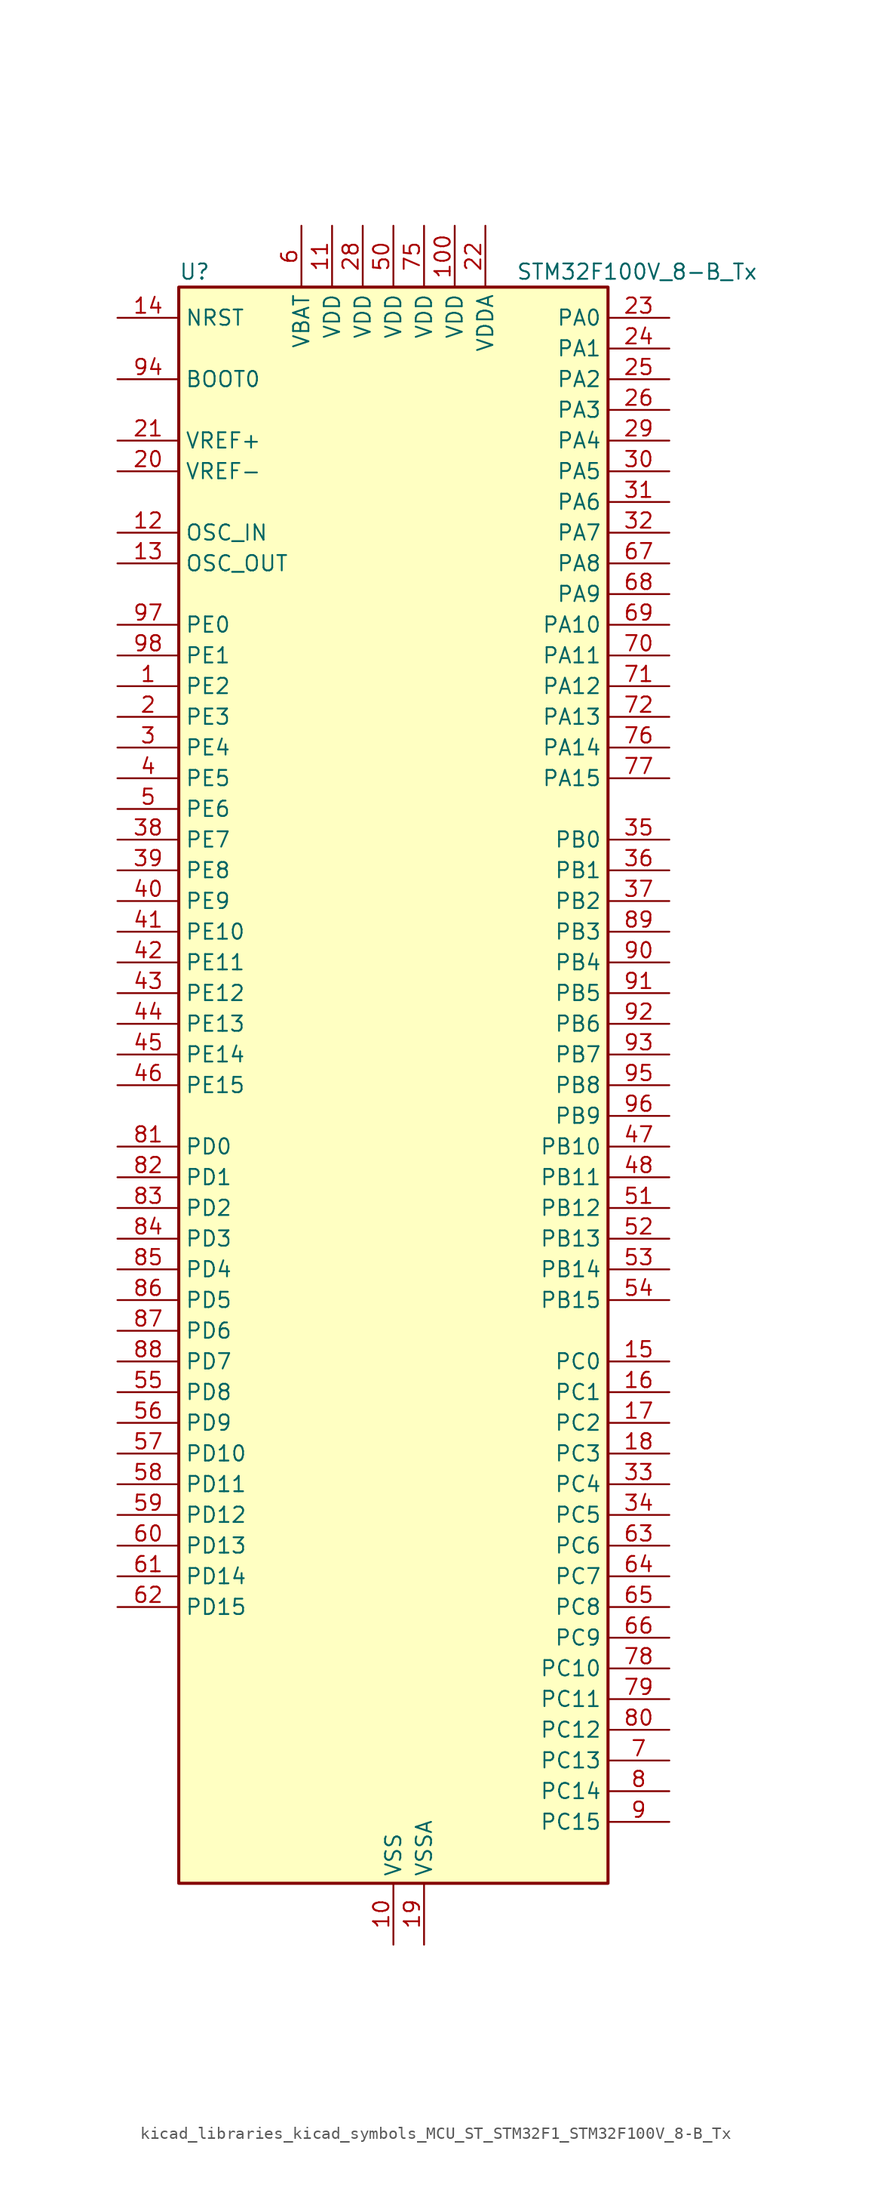
<source format=kicad_sym>
(kicad_symbol_lib
  (version 20220914)
  (generator kicad_symbol_editor)
  (symbol "kicad_libraries_kicad_symbols_MCU_ST_STM32F1_STM32F100V_8-B_Tx"
    (property "Reference" "U"
      (at -17.78 67.31 0)
      (effects (font (size 1.27 1.27)) (justify left)))
    (property "Value" "STM32F100V_8-B_Tx"
      (at 10.16 67.31 0)
      (effects (font (size 1.27 1.27)) (justify left)))
    (property "ki_locked" ""
      (at 0 0 0)
      (effects (font (size 1.27 1.27))))
    (symbol "kicad_libraries_kicad_symbols_MCU_ST_STM32F1_STM32F100V_8-B_Tx_0_1"
      (rectangle (start -17.78 -66.04) (end 17.78 66.04) (stroke (width 0.254) (type default)) (fill (type background))))
    (symbol "kicad_libraries_kicad_symbols_MCU_ST_STM32F1_STM32F100V_8-B_Tx_1_1"
      (pin bidirectional line (at -22.86 33.02 0) (length 5.08) (name "PE2" (effects (font (size 1.27 1.27)))) (number "1" (effects (font (size 1.27 1.27)))) (alternate "SYS_TRACECLK" bidirectional line))
      (pin power_in line (at 0 -71.12 90) (length 5.08) (name "VSS" (effects (font (size 1.27 1.27)))) (number "10" (effects (font (size 1.27 1.27)))))
      (pin power_in line (at 5.08 71.12 270) (length 5.08) (name "VDD" (effects (font (size 1.27 1.27)))) (number "100" (effects (font (size 1.27 1.27)))))
      (pin power_in line (at -5.08 71.12 270) (length 5.08) (name "VDD" (effects (font (size 1.27 1.27)))) (number "11" (effects (font (size 1.27 1.27)))))
      (pin input line (at -22.86 45.72 0) (length 5.08) (name "OSC_IN" (effects (font (size 1.27 1.27)))) (number "12" (effects (font (size 1.27 1.27)))) (alternate "RCC_OSC_IN" bidirectional line))
      (pin input line (at -22.86 43.18 0) (length 5.08) (name "OSC_OUT" (effects (font (size 1.27 1.27)))) (number "13" (effects (font (size 1.27 1.27)))) (alternate "RCC_OSC_OUT" bidirectional line))
      (pin input line (at -22.86 63.5 0) (length 5.08) (name "NRST" (effects (font (size 1.27 1.27)))) (number "14" (effects (font (size 1.27 1.27)))))
      (pin bidirectional line (at 22.86 -22.86 180) (length 5.08) (name "PC0" (effects (font (size 1.27 1.27)))) (number "15" (effects (font (size 1.27 1.27)))) (alternate "ADC1_IN10" bidirectional line))
      (pin bidirectional line (at 22.86 -25.4 180) (length 5.08) (name "PC1" (effects (font (size 1.27 1.27)))) (number "16" (effects (font (size 1.27 1.27)))) (alternate "ADC1_IN11" bidirectional line))
      (pin bidirectional line (at 22.86 -27.94 180) (length 5.08) (name "PC2" (effects (font (size 1.27 1.27)))) (number "17" (effects (font (size 1.27 1.27)))) (alternate "ADC1_IN12" bidirectional line))
      (pin bidirectional line (at 22.86 -30.48 180) (length 5.08) (name "PC3" (effects (font (size 1.27 1.27)))) (number "18" (effects (font (size 1.27 1.27)))) (alternate "ADC1_IN13" bidirectional line))
      (pin power_in line (at 2.54 -71.12 90) (length 5.08) (name "VSSA" (effects (font (size 1.27 1.27)))) (number "19" (effects (font (size 1.27 1.27)))))
      (pin bidirectional line (at -22.86 30.48 0) (length 5.08) (name "PE3" (effects (font (size 1.27 1.27)))) (number "2" (effects (font (size 1.27 1.27)))) (alternate "SYS_TRACED0" bidirectional line))
      (pin input line (at -22.86 50.8 0) (length 5.08) (name "VREF-" (effects (font (size 1.27 1.27)))) (number "20" (effects (font (size 1.27 1.27)))))
      (pin input line (at -22.86 53.34 0) (length 5.08) (name "VREF+" (effects (font (size 1.27 1.27)))) (number "21" (effects (font (size 1.27 1.27)))))
      (pin power_in line (at 7.62 71.12 270) (length 5.08) (name "VDDA" (effects (font (size 1.27 1.27)))) (number "22" (effects (font (size 1.27 1.27)))))
      (pin bidirectional line (at 22.86 63.5 180) (length 5.08) (name "PA0" (effects (font (size 1.27 1.27)))) (number "23" (effects (font (size 1.27 1.27)))) (alternate "ADC1_IN0" bidirectional line) (alternate "SYS_WKUP" bidirectional line) (alternate "TIM2_CH1" bidirectional line) (alternate "TIM2_ETR" bidirectional line) (alternate "USART2_CTS" bidirectional line))
      (pin bidirectional line (at 22.86 60.96 180) (length 5.08) (name "PA1" (effects (font (size 1.27 1.27)))) (number "24" (effects (font (size 1.27 1.27)))) (alternate "ADC1_IN1" bidirectional line) (alternate "TIM2_CH2" bidirectional line) (alternate "USART2_RTS" bidirectional line))
      (pin bidirectional line (at 22.86 58.42 180) (length 5.08) (name "PA2" (effects (font (size 1.27 1.27)))) (number "25" (effects (font (size 1.27 1.27)))) (alternate "ADC1_IN2" bidirectional line) (alternate "TIM15_CH1" bidirectional line) (alternate "TIM2_CH3" bidirectional line) (alternate "USART2_TX" bidirectional line))
      (pin bidirectional line (at 22.86 55.88 180) (length 5.08) (name "PA3" (effects (font (size 1.27 1.27)))) (number "26" (effects (font (size 1.27 1.27)))) (alternate "ADC1_IN3" bidirectional line) (alternate "TIM15_CH2" bidirectional line) (alternate "TIM2_CH4" bidirectional line) (alternate "USART2_RX" bidirectional line))
      (pin passive line (at 0 -71.12 90) (length 5.08) hide (name "VSS" (effects (font (size 1.27 1.27)))) (number "27" (effects (font (size 1.27 1.27)))))
      (pin power_in line (at -2.54 71.12 270) (length 5.08) (name "VDD" (effects (font (size 1.27 1.27)))) (number "28" (effects (font (size 1.27 1.27)))))
      (pin bidirectional line (at 22.86 53.34 180) (length 5.08) (name "PA4" (effects (font (size 1.27 1.27)))) (number "29" (effects (font (size 1.27 1.27)))) (alternate "ADC1_IN4" bidirectional line) (alternate "DAC_OUT1" bidirectional line) (alternate "SPI1_NSS" bidirectional line) (alternate "USART2_CK" bidirectional line))
      (pin bidirectional line (at -22.86 27.94 0) (length 5.08) (name "PE4" (effects (font (size 1.27 1.27)))) (number "3" (effects (font (size 1.27 1.27)))) (alternate "SYS_TRACED1" bidirectional line))
      (pin bidirectional line (at 22.86 50.8 180) (length 5.08) (name "PA5" (effects (font (size 1.27 1.27)))) (number "30" (effects (font (size 1.27 1.27)))) (alternate "ADC1_IN5" bidirectional line) (alternate "DAC_OUT2" bidirectional line) (alternate "SPI1_SCK" bidirectional line))
      (pin bidirectional line (at 22.86 48.26 180) (length 5.08) (name "PA6" (effects (font (size 1.27 1.27)))) (number "31" (effects (font (size 1.27 1.27)))) (alternate "ADC1_IN6" bidirectional line) (alternate "SPI1_MISO" bidirectional line) (alternate "TIM16_CH1" bidirectional line) (alternate "TIM1_BKIN" bidirectional line) (alternate "TIM3_CH1" bidirectional line))
      (pin bidirectional line (at 22.86 45.72 180) (length 5.08) (name "PA7" (effects (font (size 1.27 1.27)))) (number "32" (effects (font (size 1.27 1.27)))) (alternate "ADC1_IN7" bidirectional line) (alternate "SPI1_MOSI" bidirectional line) (alternate "TIM17_CH1" bidirectional line) (alternate "TIM1_CH1N" bidirectional line) (alternate "TIM3_CH2" bidirectional line))
      (pin bidirectional line (at 22.86 -33.02 180) (length 5.08) (name "PC4" (effects (font (size 1.27 1.27)))) (number "33" (effects (font (size 1.27 1.27)))) (alternate "ADC1_IN14" bidirectional line))
      (pin bidirectional line (at 22.86 -35.56 180) (length 5.08) (name "PC5" (effects (font (size 1.27 1.27)))) (number "34" (effects (font (size 1.27 1.27)))) (alternate "ADC1_IN15" bidirectional line))
      (pin bidirectional line (at 22.86 20.32 180) (length 5.08) (name "PB0" (effects (font (size 1.27 1.27)))) (number "35" (effects (font (size 1.27 1.27)))) (alternate "ADC1_IN8" bidirectional line) (alternate "TIM1_CH2N" bidirectional line) (alternate "TIM3_CH3" bidirectional line))
      (pin bidirectional line (at 22.86 17.78 180) (length 5.08) (name "PB1" (effects (font (size 1.27 1.27)))) (number "36" (effects (font (size 1.27 1.27)))) (alternate "ADC1_IN9" bidirectional line) (alternate "TIM1_CH3N" bidirectional line) (alternate "TIM3_CH4" bidirectional line))
      (pin bidirectional line (at 22.86 15.24 180) (length 5.08) (name "PB2" (effects (font (size 1.27 1.27)))) (number "37" (effects (font (size 1.27 1.27)))))
      (pin bidirectional line (at -22.86 20.32 0) (length 5.08) (name "PE7" (effects (font (size 1.27 1.27)))) (number "38" (effects (font (size 1.27 1.27)))) (alternate "TIM1_ETR" bidirectional line))
      (pin bidirectional line (at -22.86 17.78 0) (length 5.08) (name "PE8" (effects (font (size 1.27 1.27)))) (number "39" (effects (font (size 1.27 1.27)))) (alternate "TIM1_CH1N" bidirectional line))
      (pin bidirectional line (at -22.86 25.4 0) (length 5.08) (name "PE5" (effects (font (size 1.27 1.27)))) (number "4" (effects (font (size 1.27 1.27)))) (alternate "SYS_TRACED2" bidirectional line))
      (pin bidirectional line (at -22.86 15.24 0) (length 5.08) (name "PE9" (effects (font (size 1.27 1.27)))) (number "40" (effects (font (size 1.27 1.27)))) (alternate "DAC_EXTI9" bidirectional line) (alternate "TIM1_CH1" bidirectional line))
      (pin bidirectional line (at -22.86 12.7 0) (length 5.08) (name "PE10" (effects (font (size 1.27 1.27)))) (number "41" (effects (font (size 1.27 1.27)))) (alternate "TIM1_CH2N" bidirectional line))
      (pin bidirectional line (at -22.86 10.16 0) (length 5.08) (name "PE11" (effects (font (size 1.27 1.27)))) (number "42" (effects (font (size 1.27 1.27)))) (alternate "ADC1_EXTI11" bidirectional line) (alternate "TIM1_CH2" bidirectional line))
      (pin bidirectional line (at -22.86 7.62 0) (length 5.08) (name "PE12" (effects (font (size 1.27 1.27)))) (number "43" (effects (font (size 1.27 1.27)))) (alternate "TIM1_CH3N" bidirectional line))
      (pin bidirectional line (at -22.86 5.08 0) (length 5.08) (name "PE13" (effects (font (size 1.27 1.27)))) (number "44" (effects (font (size 1.27 1.27)))) (alternate "TIM1_CH3" bidirectional line))
      (pin bidirectional line (at -22.86 2.54 0) (length 5.08) (name "PE14" (effects (font (size 1.27 1.27)))) (number "45" (effects (font (size 1.27 1.27)))) (alternate "TIM1_CH4" bidirectional line))
      (pin bidirectional line (at -22.86 0 0) (length 5.08) (name "PE15" (effects (font (size 1.27 1.27)))) (number "46" (effects (font (size 1.27 1.27)))) (alternate "ADC1_EXTI15" bidirectional line) (alternate "TIM1_BKIN" bidirectional line))
      (pin bidirectional line (at 22.86 -5.08 180) (length 5.08) (name "PB10" (effects (font (size 1.27 1.27)))) (number "47" (effects (font (size 1.27 1.27)))) (alternate "CEC" bidirectional line) (alternate "I2C2_SCL" bidirectional line) (alternate "TIM2_CH3" bidirectional line) (alternate "USART3_TX" bidirectional line))
      (pin bidirectional line (at 22.86 -7.62 180) (length 5.08) (name "PB11" (effects (font (size 1.27 1.27)))) (number "48" (effects (font (size 1.27 1.27)))) (alternate "ADC1_EXTI11" bidirectional line) (alternate "I2C2_SDA" bidirectional line) (alternate "TIM2_CH4" bidirectional line) (alternate "USART3_RX" bidirectional line))
      (pin passive line (at 0 -71.12 90) (length 5.08) hide (name "VSS" (effects (font (size 1.27 1.27)))) (number "49" (effects (font (size 1.27 1.27)))))
      (pin bidirectional line (at -22.86 22.86 0) (length 5.08) (name "PE6" (effects (font (size 1.27 1.27)))) (number "5" (effects (font (size 1.27 1.27)))) (alternate "SYS_TRACED3" bidirectional line))
      (pin power_in line (at 0 71.12 270) (length 5.08) (name "VDD" (effects (font (size 1.27 1.27)))) (number "50" (effects (font (size 1.27 1.27)))))
      (pin bidirectional line (at 22.86 -10.16 180) (length 5.08) (name "PB12" (effects (font (size 1.27 1.27)))) (number "51" (effects (font (size 1.27 1.27)))) (alternate "I2C2_SMBA" bidirectional line) (alternate "SPI2_NSS" bidirectional line) (alternate "TIM1_BKIN" bidirectional line) (alternate "USART3_CK" bidirectional line))
      (pin bidirectional line (at 22.86 -12.7 180) (length 5.08) (name "PB13" (effects (font (size 1.27 1.27)))) (number "52" (effects (font (size 1.27 1.27)))) (alternate "SPI2_SCK" bidirectional line) (alternate "TIM1_CH1N" bidirectional line) (alternate "USART3_CTS" bidirectional line))
      (pin bidirectional line (at 22.86 -15.24 180) (length 5.08) (name "PB14" (effects (font (size 1.27 1.27)))) (number "53" (effects (font (size 1.27 1.27)))) (alternate "SPI2_MISO" bidirectional line) (alternate "TIM15_CH1" bidirectional line) (alternate "TIM1_CH2N" bidirectional line) (alternate "USART3_RTS" bidirectional line))
      (pin bidirectional line (at 22.86 -17.78 180) (length 5.08) (name "PB15" (effects (font (size 1.27 1.27)))) (number "54" (effects (font (size 1.27 1.27)))) (alternate "ADC1_EXTI15" bidirectional line) (alternate "SPI2_MOSI" bidirectional line) (alternate "TIM15_CH1N" bidirectional line) (alternate "TIM15_CH2" bidirectional line) (alternate "TIM1_CH3N" bidirectional line))
      (pin bidirectional line (at -22.86 -25.4 0) (length 5.08) (name "PD8" (effects (font (size 1.27 1.27)))) (number "55" (effects (font (size 1.27 1.27)))) (alternate "USART3_TX" bidirectional line))
      (pin bidirectional line (at -22.86 -27.94 0) (length 5.08) (name "PD9" (effects (font (size 1.27 1.27)))) (number "56" (effects (font (size 1.27 1.27)))) (alternate "DAC_EXTI9" bidirectional line) (alternate "USART3_RX" bidirectional line))
      (pin bidirectional line (at -22.86 -30.48 0) (length 5.08) (name "PD10" (effects (font (size 1.27 1.27)))) (number "57" (effects (font (size 1.27 1.27)))) (alternate "USART3_CK" bidirectional line))
      (pin bidirectional line (at -22.86 -33.02 0) (length 5.08) (name "PD11" (effects (font (size 1.27 1.27)))) (number "58" (effects (font (size 1.27 1.27)))) (alternate "ADC1_EXTI11" bidirectional line) (alternate "USART3_CTS" bidirectional line))
      (pin bidirectional line (at -22.86 -35.56 0) (length 5.08) (name "PD12" (effects (font (size 1.27 1.27)))) (number "59" (effects (font (size 1.27 1.27)))) (alternate "TIM4_CH1" bidirectional line) (alternate "USART3_RTS" bidirectional line))
      (pin power_in line (at -7.62 71.12 270) (length 5.08) (name "VBAT" (effects (font (size 1.27 1.27)))) (number "6" (effects (font (size 1.27 1.27)))))
      (pin bidirectional line (at -22.86 -38.1 0) (length 5.08) (name "PD13" (effects (font (size 1.27 1.27)))) (number "60" (effects (font (size 1.27 1.27)))) (alternate "TIM4_CH2" bidirectional line))
      (pin bidirectional line (at -22.86 -40.64 0) (length 5.08) (name "PD14" (effects (font (size 1.27 1.27)))) (number "61" (effects (font (size 1.27 1.27)))) (alternate "TIM4_CH3" bidirectional line))
      (pin bidirectional line (at -22.86 -43.18 0) (length 5.08) (name "PD15" (effects (font (size 1.27 1.27)))) (number "62" (effects (font (size 1.27 1.27)))) (alternate "ADC1_EXTI15" bidirectional line) (alternate "TIM4_CH4" bidirectional line))
      (pin bidirectional line (at 22.86 -38.1 180) (length 5.08) (name "PC6" (effects (font (size 1.27 1.27)))) (number "63" (effects (font (size 1.27 1.27)))) (alternate "TIM3_CH1" bidirectional line))
      (pin bidirectional line (at 22.86 -40.64 180) (length 5.08) (name "PC7" (effects (font (size 1.27 1.27)))) (number "64" (effects (font (size 1.27 1.27)))) (alternate "TIM3_CH2" bidirectional line))
      (pin bidirectional line (at 22.86 -43.18 180) (length 5.08) (name "PC8" (effects (font (size 1.27 1.27)))) (number "65" (effects (font (size 1.27 1.27)))) (alternate "TIM3_CH3" bidirectional line))
      (pin bidirectional line (at 22.86 -45.72 180) (length 5.08) (name "PC9" (effects (font (size 1.27 1.27)))) (number "66" (effects (font (size 1.27 1.27)))) (alternate "DAC_EXTI9" bidirectional line) (alternate "TIM3_CH4" bidirectional line))
      (pin bidirectional line (at 22.86 43.18 180) (length 5.08) (name "PA8" (effects (font (size 1.27 1.27)))) (number "67" (effects (font (size 1.27 1.27)))) (alternate "RCC_MCO" bidirectional line) (alternate "TIM1_CH1" bidirectional line) (alternate "USART1_CK" bidirectional line))
      (pin bidirectional line (at 22.86 40.64 180) (length 5.08) (name "PA9" (effects (font (size 1.27 1.27)))) (number "68" (effects (font (size 1.27 1.27)))) (alternate "DAC_EXTI9" bidirectional line) (alternate "TIM15_BKIN" bidirectional line) (alternate "TIM1_CH2" bidirectional line) (alternate "USART1_TX" bidirectional line))
      (pin bidirectional line (at 22.86 38.1 180) (length 5.08) (name "PA10" (effects (font (size 1.27 1.27)))) (number "69" (effects (font (size 1.27 1.27)))) (alternate "TIM17_BKIN" bidirectional line) (alternate "TIM1_CH3" bidirectional line) (alternate "USART1_RX" bidirectional line))
      (pin bidirectional line (at 22.86 -55.88 180) (length 5.08) (name "PC13" (effects (font (size 1.27 1.27)))) (number "7" (effects (font (size 1.27 1.27)))) (alternate "RTC_OUT" bidirectional line) (alternate "RTC_TAMPER" bidirectional line))
      (pin bidirectional line (at 22.86 35.56 180) (length 5.08) (name "PA11" (effects (font (size 1.27 1.27)))) (number "70" (effects (font (size 1.27 1.27)))) (alternate "ADC1_EXTI11" bidirectional line) (alternate "TIM1_CH4" bidirectional line) (alternate "USART1_CTS" bidirectional line))
      (pin bidirectional line (at 22.86 33.02 180) (length 5.08) (name "PA12" (effects (font (size 1.27 1.27)))) (number "71" (effects (font (size 1.27 1.27)))) (alternate "TIM1_ETR" bidirectional line) (alternate "USART1_RTS" bidirectional line))
      (pin bidirectional line (at 22.86 30.48 180) (length 5.08) (name "PA13" (effects (font (size 1.27 1.27)))) (number "72" (effects (font (size 1.27 1.27)))) (alternate "SYS_JTMS-SWDIO" bidirectional line))
      (pin no_connect line (at -17.78 -66.04 0) (length 5.08) hide (name "NC" (effects (font (size 1.27 1.27)))) (number "73" (effects (font (size 1.27 1.27)))))
      (pin passive line (at 0 -71.12 90) (length 5.08) hide (name "VSS" (effects (font (size 1.27 1.27)))) (number "74" (effects (font (size 1.27 1.27)))))
      (pin power_in line (at 2.54 71.12 270) (length 5.08) (name "VDD" (effects (font (size 1.27 1.27)))) (number "75" (effects (font (size 1.27 1.27)))))
      (pin bidirectional line (at 22.86 27.94 180) (length 5.08) (name "PA14" (effects (font (size 1.27 1.27)))) (number "76" (effects (font (size 1.27 1.27)))) (alternate "SYS_JTCK-SWCLK" bidirectional line))
      (pin bidirectional line (at 22.86 25.4 180) (length 5.08) (name "PA15" (effects (font (size 1.27 1.27)))) (number "77" (effects (font (size 1.27 1.27)))) (alternate "ADC1_EXTI15" bidirectional line) (alternate "SPI1_NSS" bidirectional line) (alternate "SYS_JTDI" bidirectional line) (alternate "TIM2_CH1" bidirectional line) (alternate "TIM2_ETR" bidirectional line))
      (pin bidirectional line (at 22.86 -48.26 180) (length 5.08) (name "PC10" (effects (font (size 1.27 1.27)))) (number "78" (effects (font (size 1.27 1.27)))) (alternate "USART3_TX" bidirectional line))
      (pin bidirectional line (at 22.86 -50.8 180) (length 5.08) (name "PC11" (effects (font (size 1.27 1.27)))) (number "79" (effects (font (size 1.27 1.27)))) (alternate "ADC1_EXTI11" bidirectional line) (alternate "USART3_RX" bidirectional line))
      (pin bidirectional line (at 22.86 -58.42 180) (length 5.08) (name "PC14" (effects (font (size 1.27 1.27)))) (number "8" (effects (font (size 1.27 1.27)))) (alternate "RCC_OSC32_IN" bidirectional line))
      (pin bidirectional line (at 22.86 -53.34 180) (length 5.08) (name "PC12" (effects (font (size 1.27 1.27)))) (number "80" (effects (font (size 1.27 1.27)))) (alternate "USART3_CK" bidirectional line))
      (pin bidirectional line (at -22.86 -5.08 0) (length 5.08) (name "PD0" (effects (font (size 1.27 1.27)))) (number "81" (effects (font (size 1.27 1.27)))))
      (pin bidirectional line (at -22.86 -7.62 0) (length 5.08) (name "PD1" (effects (font (size 1.27 1.27)))) (number "82" (effects (font (size 1.27 1.27)))))
      (pin bidirectional line (at -22.86 -10.16 0) (length 5.08) (name "PD2" (effects (font (size 1.27 1.27)))) (number "83" (effects (font (size 1.27 1.27)))) (alternate "TIM3_ETR" bidirectional line))
      (pin bidirectional line (at -22.86 -12.7 0) (length 5.08) (name "PD3" (effects (font (size 1.27 1.27)))) (number "84" (effects (font (size 1.27 1.27)))) (alternate "USART2_CTS" bidirectional line))
      (pin bidirectional line (at -22.86 -15.24 0) (length 5.08) (name "PD4" (effects (font (size 1.27 1.27)))) (number "85" (effects (font (size 1.27 1.27)))) (alternate "USART2_RTS" bidirectional line))
      (pin bidirectional line (at -22.86 -17.78 0) (length 5.08) (name "PD5" (effects (font (size 1.27 1.27)))) (number "86" (effects (font (size 1.27 1.27)))) (alternate "USART2_TX" bidirectional line))
      (pin bidirectional line (at -22.86 -20.32 0) (length 5.08) (name "PD6" (effects (font (size 1.27 1.27)))) (number "87" (effects (font (size 1.27 1.27)))) (alternate "USART2_RX" bidirectional line))
      (pin bidirectional line (at -22.86 -22.86 0) (length 5.08) (name "PD7" (effects (font (size 1.27 1.27)))) (number "88" (effects (font (size 1.27 1.27)))) (alternate "USART2_CK" bidirectional line))
      (pin bidirectional line (at 22.86 12.7 180) (length 5.08) (name "PB3" (effects (font (size 1.27 1.27)))) (number "89" (effects (font (size 1.27 1.27)))) (alternate "SPI1_SCK" bidirectional line) (alternate "SYS_JTDO-TRACESWO" bidirectional line) (alternate "TIM2_CH2" bidirectional line))
      (pin bidirectional line (at 22.86 -60.96 180) (length 5.08) (name "PC15" (effects (font (size 1.27 1.27)))) (number "9" (effects (font (size 1.27 1.27)))) (alternate "ADC1_EXTI15" bidirectional line) (alternate "RCC_OSC32_OUT" bidirectional line))
      (pin bidirectional line (at 22.86 10.16 180) (length 5.08) (name "PB4" (effects (font (size 1.27 1.27)))) (number "90" (effects (font (size 1.27 1.27)))) (alternate "SPI1_MISO" bidirectional line) (alternate "SYS_NJTRST" bidirectional line) (alternate "TIM3_CH1" bidirectional line))
      (pin bidirectional line (at 22.86 7.62 180) (length 5.08) (name "PB5" (effects (font (size 1.27 1.27)))) (number "91" (effects (font (size 1.27 1.27)))) (alternate "I2C1_SMBA" bidirectional line) (alternate "SPI1_MOSI" bidirectional line) (alternate "TIM16_BKIN" bidirectional line) (alternate "TIM3_CH2" bidirectional line))
      (pin bidirectional line (at 22.86 5.08 180) (length 5.08) (name "PB6" (effects (font (size 1.27 1.27)))) (number "92" (effects (font (size 1.27 1.27)))) (alternate "I2C1_SCL" bidirectional line) (alternate "TIM16_CH1N" bidirectional line) (alternate "TIM4_CH1" bidirectional line) (alternate "USART1_TX" bidirectional line))
      (pin bidirectional line (at 22.86 2.54 180) (length 5.08) (name "PB7" (effects (font (size 1.27 1.27)))) (number "93" (effects (font (size 1.27 1.27)))) (alternate "I2C1_SDA" bidirectional line) (alternate "TIM17_CH1N" bidirectional line) (alternate "TIM4_CH2" bidirectional line) (alternate "USART1_RX" bidirectional line))
      (pin input line (at -22.86 58.42 0) (length 5.08) (name "BOOT0" (effects (font (size 1.27 1.27)))) (number "94" (effects (font (size 1.27 1.27)))))
      (pin bidirectional line (at 22.86 0 180) (length 5.08) (name "PB8" (effects (font (size 1.27 1.27)))) (number "95" (effects (font (size 1.27 1.27)))) (alternate "CEC" bidirectional line) (alternate "I2C1_SCL" bidirectional line) (alternate "TIM16_CH1" bidirectional line) (alternate "TIM4_CH3" bidirectional line))
      (pin bidirectional line (at 22.86 -2.54 180) (length 5.08) (name "PB9" (effects (font (size 1.27 1.27)))) (number "96" (effects (font (size 1.27 1.27)))) (alternate "DAC_EXTI9" bidirectional line) (alternate "I2C1_SDA" bidirectional line) (alternate "TIM17_CH1" bidirectional line) (alternate "TIM4_CH4" bidirectional line))
      (pin bidirectional line (at -22.86 38.1 0) (length 5.08) (name "PE0" (effects (font (size 1.27 1.27)))) (number "97" (effects (font (size 1.27 1.27)))) (alternate "TIM4_ETR" bidirectional line))
      (pin bidirectional line (at -22.86 35.56 0) (length 5.08) (name "PE1" (effects (font (size 1.27 1.27)))) (number "98" (effects (font (size 1.27 1.27)))))
      (pin passive line (at 0 -71.12 90) (length 5.08) hide (name "VSS" (effects (font (size 1.27 1.27)))) (number "99" (effects (font (size 1.27 1.27))))))))
</source>
